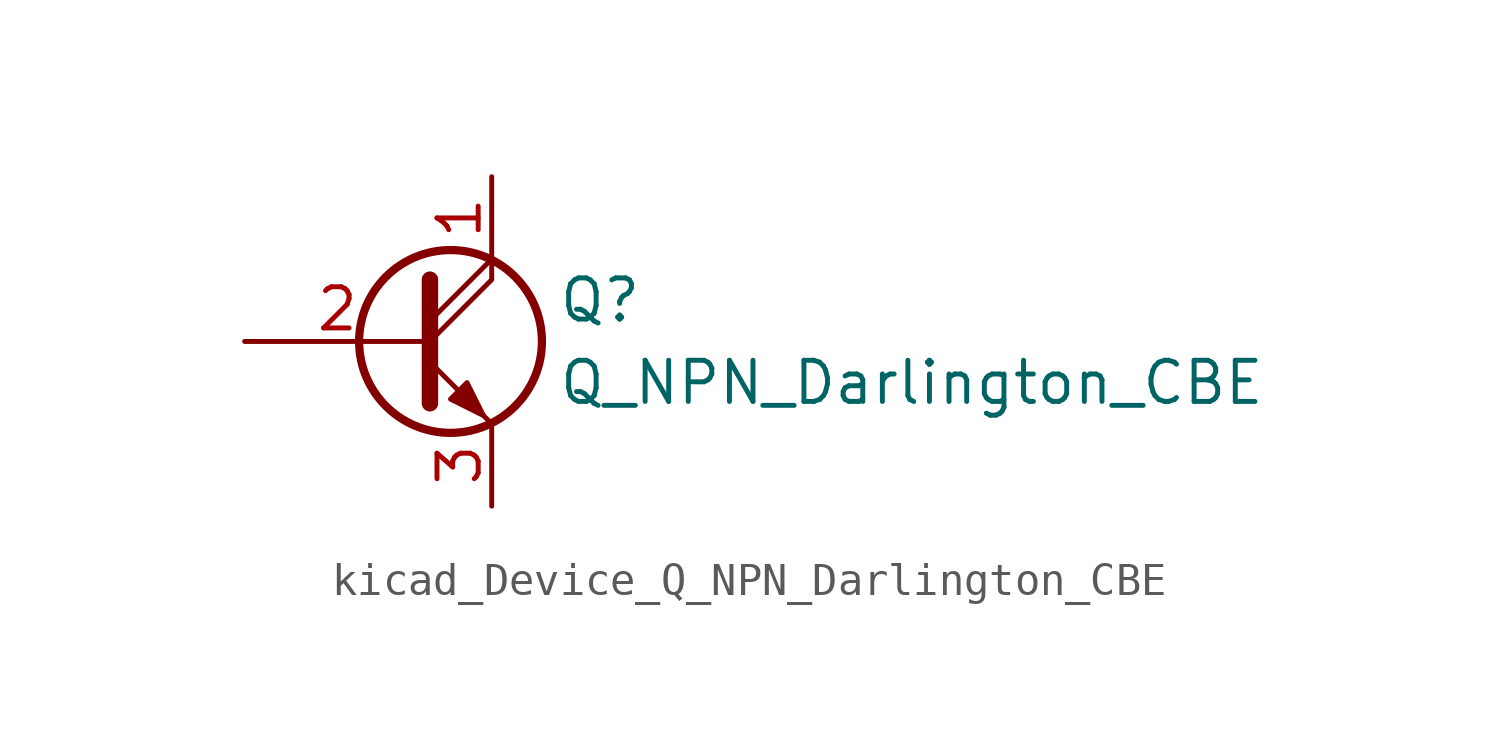
<source format=kicad_sym>
(kicad_symbol_lib
  (version 20220914)
  (generator kicad_symbol_editor)
  (symbol "kicad_Device_Q_NPN_Darlington_CBE"
    (pin_names
      (offset 0) hide)
    (property "Reference" "Q"
      (at 4.572 1.27 0)
      (effects (font (size 1.27 1.27)) (justify left)))
    (property "Value" "Q_NPN_Darlington_CBE"
      (at 4.572 -1.27 0)
      (effects (font (size 1.27 1.27)) (justify left)))
    (symbol "kicad_Device_Q_NPN_Darlington_CBE_0_1"
      (polyline (pts (xy 0.635 0.635) (xy 2.54 2.54)) (stroke (width 0) (type default)) (fill (type none)))
      (polyline (pts (xy 0.635 -0.635) (xy 2.54 -2.54) (xy 2.54 -2.54)) (stroke (width 0) (type default)) (fill (type none)))
      (polyline (pts (xy 0.635 0) (xy 2.54 1.905) (xy 2.54 2.54)) (stroke (width 0) (type default)) (fill (type none)))
      (polyline (pts (xy 0.635 1.905) (xy 0.635 -1.905) (xy 0.635 -1.905)) (stroke (width 0.508) (type default)) (fill (type none)))
      (polyline (pts (xy 1.27 -1.778) (xy 1.778 -1.27) (xy 2.286 -2.286) (xy 1.27 -1.778) (xy 1.27 -1.778)) (stroke (width 0) (type default)) (fill (type outline)))
      (circle (center 1.27 0) (radius 2.819) (stroke (width 0.254) (type default)) (fill (type none))))
    (symbol "kicad_Device_Q_NPN_Darlington_CBE_1_1"
      (pin passive line (at 2.54 5.08 270) (length 2.54) (name "C" (effects (font (size 1.27 1.27)))) (number "1" (effects (font (size 1.27 1.27)))))
      (pin input line (at -5.08 0 0) (length 5.715) (name "B" (effects (font (size 1.27 1.27)))) (number "2" (effects (font (size 1.27 1.27)))))
      (pin passive line (at 2.54 -5.08 90) (length 2.54) (name "E" (effects (font (size 1.27 1.27)))) (number "3" (effects (font (size 1.27 1.27))))))))
</source>
